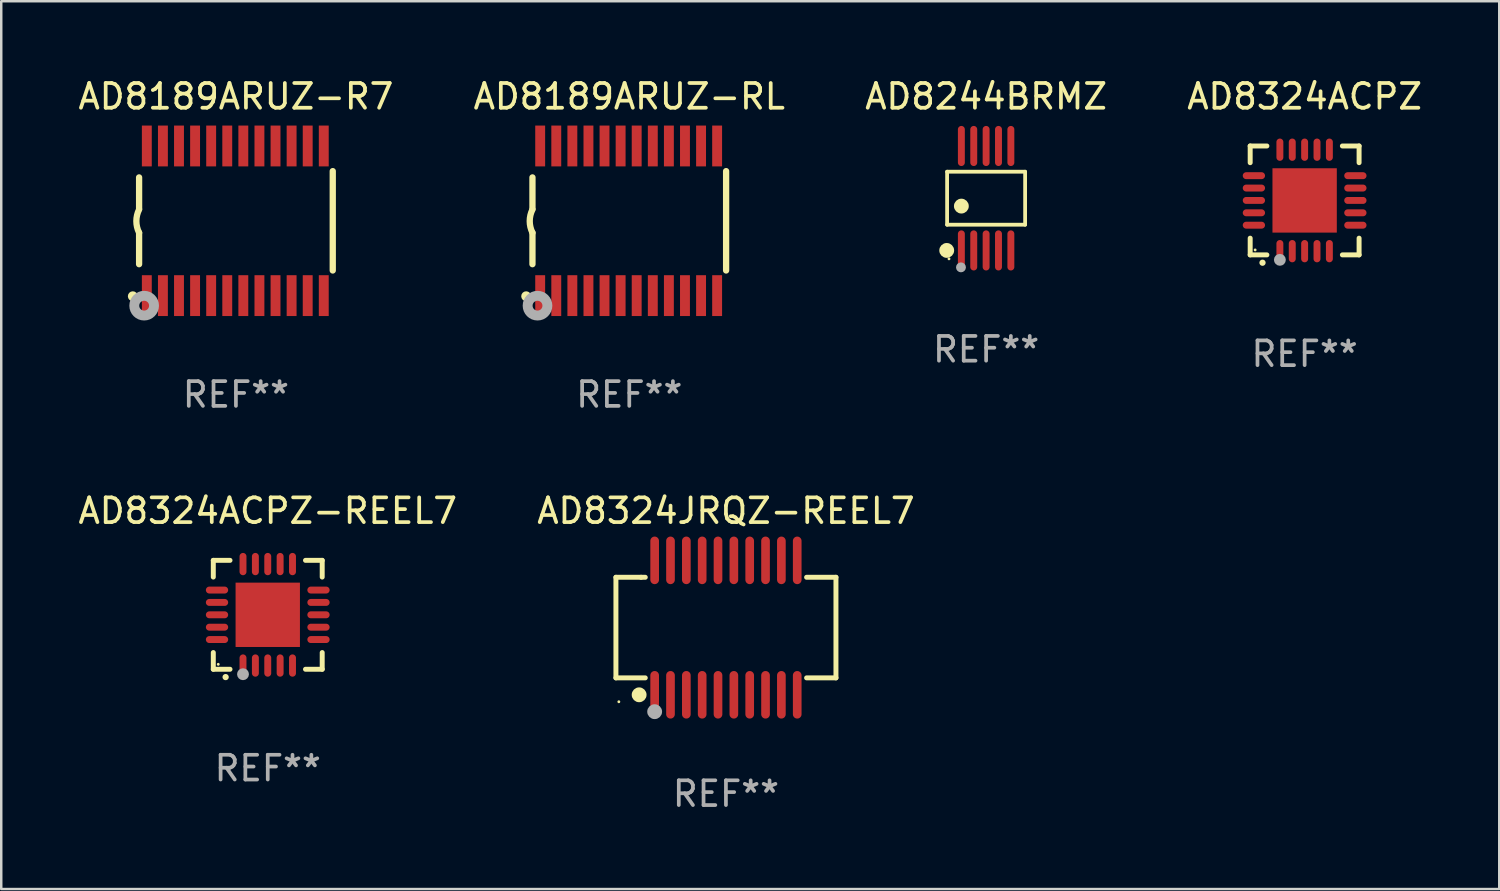
<source format=kicad_pcb>
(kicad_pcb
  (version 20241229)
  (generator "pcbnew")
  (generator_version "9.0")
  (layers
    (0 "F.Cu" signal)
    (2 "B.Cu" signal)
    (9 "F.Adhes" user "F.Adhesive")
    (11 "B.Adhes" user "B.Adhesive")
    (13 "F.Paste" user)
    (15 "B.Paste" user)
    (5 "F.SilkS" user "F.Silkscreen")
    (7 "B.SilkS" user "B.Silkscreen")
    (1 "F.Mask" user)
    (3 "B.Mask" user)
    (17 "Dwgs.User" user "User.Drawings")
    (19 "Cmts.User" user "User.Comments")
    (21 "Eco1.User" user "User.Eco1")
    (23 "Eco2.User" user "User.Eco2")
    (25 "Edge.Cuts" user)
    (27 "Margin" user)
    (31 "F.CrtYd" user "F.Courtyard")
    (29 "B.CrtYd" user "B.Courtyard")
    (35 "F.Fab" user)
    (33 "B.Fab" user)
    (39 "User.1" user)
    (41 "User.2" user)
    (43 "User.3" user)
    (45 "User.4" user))
  (footprint "AD8324ACPZ"
    (layer "F.Cu")
    (at 49.661 5.048)
    (property "Reference" "AD8324ACPZ" (at 0 -4.2 0) (layer "F.SilkS") (effects (font (size 1 1) (thickness 0.15))))
    (attr through_hole)
    (fp_line (start -2.2 -2.2) (end -1.525 -2.2) (stroke (width 0.2) (type solid)) (layer "F.SilkS"))
    (fp_line (start -2.2 -1.525) (end -2.2 -2.2) (stroke (width 0.2) (type solid)) (layer "F.SilkS"))
    (fp_line (start -2.2 2.2) (end -2.2 1.525) (stroke (width 0.2) (type solid)) (layer "F.SilkS"))
    (fp_line (start -1.525 2.2) (end -2.2 2.2) (stroke (width 0.2) (type solid)) (layer "F.SilkS"))
    (fp_line (start 1.525 2.2) (end 2.2 2.2) (stroke (width 0.2) (type solid)) (layer "F.SilkS"))
    (fp_line (start 2.2 -2.2) (end 1.525 -2.2) (stroke (width 0.2) (type solid)) (layer "F.SilkS"))
    (fp_line (start 2.2 -1.525) (end 2.2 -2.2) (stroke (width 0.2) (type solid)) (layer "F.SilkS"))
    (fp_line (start 2.2 2.2) (end 2.2 1.525) (stroke (width 0.2) (type solid)) (layer "F.SilkS"))
    (fp_arc (start -1.703073 2.516612) (mid -1.701803 2.516606) (end -1.700533 2.516612) (stroke (width 0.25) (type solid)) (layer "F.SilkS"))
    (fp_circle (center -2 2) (end -1.97 2) (stroke (width 0.06) (type solid)) (fill no) (layer "F.SilkS"))
    (fp_circle (center -1 2.4) (end -0.88 2.4) (stroke (width 0.24) (type solid)) (fill no) (layer "F.Fab"))
    (fp_text user "REF**" (at 0 6.2 0) (layer "F.Fab") (effects (font (size 1 1) (thickness 0.15))))
    (pad "1" smd oval (at -1 2.05) (size 0.28 0.9) (layers "F.Cu" "F.Mask" "F.Paste"))
    (pad "2" smd oval (at -0.5 2.05) (size 0.28 0.9) (layers "F.Cu" "F.Mask" "F.Paste"))
    (pad "3" smd oval (at 0.000076 2.05) (size 0.28 0.9) (layers "F.Cu" "F.Mask" "F.Paste"))
    (pad "4" smd oval (at 0.5 2.05) (size 0.28 0.9) (layers "F.Cu" "F.Mask" "F.Paste"))
    (pad "5" smd oval (at 1 2.05) (size 0.28 0.9) (layers "F.Cu" "F.Mask" "F.Paste"))
    (pad "6" smd oval (at 2.05 1) (size 0.9 0.28) (layers "F.Cu" "F.Mask" "F.Paste"))
    (pad "7" smd oval (at 2.05 0.5) (size 0.9 0.28) (layers "F.Cu" "F.Mask" "F.Paste"))
    (pad "8" smd oval (at 2.05 0.000076) (size 0.9 0.28) (layers "F.Cu" "F.Mask" "F.Paste"))
    (pad "9" smd oval (at 2.05 -0.5) (size 0.9 0.28) (layers "F.Cu" "F.Mask" "F.Paste"))
    (pad "10" smd oval (at 2.05 -1) (size 0.9 0.28) (layers "F.Cu" "F.Mask" "F.Paste"))
    (pad "11" smd oval (at 1 -2.05) (size 0.28 0.9) (layers "F.Cu" "F.Mask" "F.Paste"))
    (pad "12" smd oval (at 0.5 -2.05) (size 0.28 0.9) (layers "F.Cu" "F.Mask" "F.Paste"))
    (pad "13" smd oval (at 0.000076 -2.05) (size 0.28 0.9) (layers "F.Cu" "F.Mask" "F.Paste"))
    (pad "14" smd oval (at -0.5 -2.05) (size 0.28 0.9) (layers "F.Cu" "F.Mask" "F.Paste"))
    (pad "15" smd oval (at -1 -2.05) (size 0.28 0.9) (layers "F.Cu" "F.Mask" "F.Paste"))
    (pad "16" smd oval (at -2.05 -1) (size 0.9 0.28) (layers "F.Cu" "F.Mask" "F.Paste"))
    (pad "17" smd oval (at -2.05 -0.5) (size 0.9 0.28) (layers "F.Cu" "F.Mask" "F.Paste"))
    (pad "18" smd oval (at -2.05 0.000076) (size 0.9 0.28) (layers "F.Cu" "F.Mask" "F.Paste"))
    (pad "19" smd oval (at -2.05 0.5) (size 0.9 0.28) (layers "F.Cu" "F.Mask" "F.Paste"))
    (pad "20" smd oval (at -2.05 1) (size 0.9 0.28) (layers "F.Cu" "F.Mask" "F.Paste"))
    (pad "21" smd rect (at 0.000076 0.000076) (size 2.6 2.6) (layers "F.Cu" "F.Mask" "F.Paste")))
  (footprint "AD8324ACPZ-REEL7"
    (layer "F.Cu")
    (at 7.768 21.79)
    (property "Reference" "AD8324ACPZ-REEL7" (at 0 -4.2 0) (layer "F.SilkS") (effects (font (size 1 1) (thickness 0.15))))
    (attr through_hole)
    (fp_line (start -2.2 -2.2) (end -1.525 -2.2) (stroke (width 0.2) (type solid)) (layer "F.SilkS"))
    (fp_line (start -2.2 -1.525) (end -2.2 -2.2) (stroke (width 0.2) (type solid)) (layer "F.SilkS"))
    (fp_line (start -2.2 2.2) (end -2.2 1.525) (stroke (width 0.2) (type solid)) (layer "F.SilkS"))
    (fp_line (start -1.525 2.2) (end -2.2 2.2) (stroke (width 0.2) (type solid)) (layer "F.SilkS"))
    (fp_line (start 1.525 2.2) (end 2.2 2.2) (stroke (width 0.2) (type solid)) (layer "F.SilkS"))
    (fp_line (start 2.2 -2.2) (end 1.525 -2.2) (stroke (width 0.2) (type solid)) (layer "F.SilkS"))
    (fp_line (start 2.2 -1.525) (end 2.2 -2.2) (stroke (width 0.2) (type solid)) (layer "F.SilkS"))
    (fp_line (start 2.2 2.2) (end 2.2 1.525) (stroke (width 0.2) (type solid)) (layer "F.SilkS"))
    (fp_arc (start -1.703073 2.516612) (mid -1.701803 2.516606) (end -1.700533 2.516612) (stroke (width 0.25) (type solid)) (layer "F.SilkS"))
    (fp_circle (center -2 2) (end -1.97 2) (stroke (width 0.06) (type solid)) (fill no) (layer "F.SilkS"))
    (fp_circle (center -1 2.4) (end -0.88 2.4) (stroke (width 0.24) (type solid)) (fill no) (layer "F.Fab"))
    (fp_text user "REF**" (at 0 6.2 0) (layer "F.Fab") (effects (font (size 1 1) (thickness 0.15))))
    (pad "1" smd oval (at -1 2.05) (size 0.28 0.9) (layers "F.Cu" "F.Mask" "F.Paste"))
    (pad "2" smd oval (at -0.5 2.05) (size 0.28 0.9) (layers "F.Cu" "F.Mask" "F.Paste"))
    (pad "3" smd oval (at 0.000076 2.05) (size 0.28 0.9) (layers "F.Cu" "F.Mask" "F.Paste"))
    (pad "4" smd oval (at 0.5 2.05) (size 0.28 0.9) (layers "F.Cu" "F.Mask" "F.Paste"))
    (pad "5" smd oval (at 1 2.05) (size 0.28 0.9) (layers "F.Cu" "F.Mask" "F.Paste"))
    (pad "6" smd oval (at 2.05 1) (size 0.9 0.28) (layers "F.Cu" "F.Mask" "F.Paste"))
    (pad "7" smd oval (at 2.05 0.5) (size 0.9 0.28) (layers "F.Cu" "F.Mask" "F.Paste"))
    (pad "8" smd oval (at 2.05 0.000076) (size 0.9 0.28) (layers "F.Cu" "F.Mask" "F.Paste"))
    (pad "9" smd oval (at 2.05 -0.5) (size 0.9 0.28) (layers "F.Cu" "F.Mask" "F.Paste"))
    (pad "10" smd oval (at 2.05 -1) (size 0.9 0.28) (layers "F.Cu" "F.Mask" "F.Paste"))
    (pad "11" smd oval (at 1 -2.05) (size 0.28 0.9) (layers "F.Cu" "F.Mask" "F.Paste"))
    (pad "12" smd oval (at 0.5 -2.05) (size 0.28 0.9) (layers "F.Cu" "F.Mask" "F.Paste"))
    (pad "13" smd oval (at 0.000076 -2.05) (size 0.28 0.9) (layers "F.Cu" "F.Mask" "F.Paste"))
    (pad "14" smd oval (at -0.5 -2.05) (size 0.28 0.9) (layers "F.Cu" "F.Mask" "F.Paste"))
    (pad "15" smd oval (at -1 -2.05) (size 0.28 0.9) (layers "F.Cu" "F.Mask" "F.Paste"))
    (pad "16" smd oval (at -2.05 -1) (size 0.9 0.28) (layers "F.Cu" "F.Mask" "F.Paste"))
    (pad "17" smd oval (at -2.05 -0.5) (size 0.9 0.28) (layers "F.Cu" "F.Mask" "F.Paste"))
    (pad "18" smd oval (at -2.05 0.000076) (size 0.9 0.28) (layers "F.Cu" "F.Mask" "F.Paste"))
    (pad "19" smd oval (at -2.05 0.5) (size 0.9 0.28) (layers "F.Cu" "F.Mask" "F.Paste"))
    (pad "20" smd oval (at -2.05 1) (size 0.9 0.28) (layers "F.Cu" "F.Mask" "F.Paste"))
    (pad "21" smd rect (at 0.000076 0.000076) (size 2.6 2.6) (layers "F.Cu" "F.Mask" "F.Paste")))
  (footprint "AD8244BRMZ"
    (layer "F.Cu")
    (at 36.792 4.958)
    (property "Reference" "AD8244BRMZ" (at 0 -4.11 0) (layer "F.SilkS") (effects (font (size 1 1) (thickness 0.15))))
    (attr through_hole)
    (fp_line (start -1.576 -1.071) (end 1.576 -1.071) (stroke (width 0.152) (type solid)) (layer "F.SilkS"))
    (fp_line (start -1.576 1.071) (end -1.576 -1.071) (stroke (width 0.152) (type solid)) (layer "F.SilkS"))
    (fp_line (start 1.576 -1.071) (end 1.576 1.071) (stroke (width 0.152) (type solid)) (layer "F.SilkS"))
    (fp_line (start 1.576 1.071) (end -1.576 1.071) (stroke (width 0.152) (type solid)) (layer "F.SilkS"))
    (fp_circle (center -1.592 2.11) (end -1.442 2.11) (stroke (width 0.3) (type solid)) (fill no) (layer "F.SilkS"))
    (fp_circle (center -1.5 2.45) (end -1.47 2.45) (stroke (width 0.06) (type solid)) (fill no) (layer "F.SilkS"))
    (fp_circle (center -1 0.319) (end -0.85 0.319) (stroke (width 0.3) (type solid)) (fill no) (layer "F.SilkS"))
    (fp_circle (center -1.016 2.794) (end -0.916 2.794) (stroke (width 0.2) (type solid)) (fill no) (layer "F.Fab"))
    (fp_text user "REF**" (at 0 6.11 0) (layer "F.Fab") (effects (font (size 1 1) (thickness 0.15))))
    (pad "1" smd oval (at -1 2.11) (size 0.28 1.62) (layers "F.Cu" "F.Mask" "F.Paste"))
    (pad "2" smd oval (at -0.5 2.11) (size 0.28 1.62) (layers "F.Cu" "F.Mask" "F.Paste"))
    (pad "3" smd oval (at 0 2.11) (size 0.28 1.62) (layers "F.Cu" "F.Mask" "F.Paste"))
    (pad "4" smd oval (at 0.5 2.11) (size 0.28 1.62) (layers "F.Cu" "F.Mask" "F.Paste"))
    (pad "5" smd oval (at 1 2.11) (size 0.28 1.62) (layers "F.Cu" "F.Mask" "F.Paste"))
    (pad "6" smd oval (at 1 -2.11) (size 0.28 1.62) (layers "F.Cu" "F.Mask" "F.Paste"))
    (pad "7" smd oval (at 0.5 -2.11) (size 0.28 1.62) (layers "F.Cu" "F.Mask" "F.Paste"))
    (pad "8" smd oval (at 0 -2.11) (size 0.28 1.62) (layers "F.Cu" "F.Mask" "F.Paste"))
    (pad "9" smd oval (at -0.5 -2.11) (size 0.28 1.62) (layers "F.Cu" "F.Mask" "F.Paste"))
    (pad "10" smd oval (at -1 -2.11) (size 0.28 1.62) (layers "F.Cu" "F.Mask" "F.Paste")))
  (footprint "AD8324JRQZ-REEL7"
    (layer "F.Cu")
    (at 26.28 22.306)
    (property "Reference" "AD8324JRQZ-REEL7" (at 0 -4.716 0) (layer "F.SilkS") (effects (font (size 1 1) (thickness 0.15))))
    (attr through_hole)
    (fp_line (start -4.445 -2.032) (end -4.445 2.032) (stroke (width 0.2) (type solid)) (layer "F.SilkS"))
    (fp_line (start -4.445 2.032) (end -3.259 2.032) (stroke (width 0.2) (type solid)) (layer "F.SilkS"))
    (fp_line (start -3.429 -2.032) (end -4.445 -2.032) (stroke (width 0.2) (type solid)) (layer "F.SilkS"))
    (fp_line (start -3.259 -2.032) (end -3.429 -2.032) (stroke (width 0.2) (type solid)) (layer "F.SilkS"))
    (fp_line (start 3.259 2.032) (end 4.445 2.032) (stroke (width 0.2) (type solid)) (layer "F.SilkS"))
    (fp_line (start 4.445 -2.032) (end 3.259 -2.032) (stroke (width 0.2) (type solid)) (layer "F.SilkS"))
    (fp_line (start 4.445 2.032) (end 4.445 -2.032) (stroke (width 0.2) (type solid)) (layer "F.SilkS"))
    (fp_circle (center -4.327 2.997) (end -4.297 2.997) (stroke (width 0.06) (type solid)) (fill no) (layer "F.SilkS"))
    (fp_circle (center -3.507 2.716) (end -3.357 2.716) (stroke (width 0.3) (type solid)) (fill no) (layer "F.SilkS"))
    (fp_circle (center -2.88 3.398) (end -2.73 3.398) (stroke (width 0.3) (type solid)) (fill no) (layer "F.Fab"))
    (fp_text user "REF**" (at 0 6.716 0) (layer "F.Fab") (effects (font (size 1 1) (thickness 0.15))))
    (pad "1" smd oval (at -2.88 2.716) (size 0.35 1.922) (layers "F.Cu" "F.Mask" "F.Paste"))
    (pad "2" smd oval (at -2.24 2.716) (size 0.35 1.922) (layers "F.Cu" "F.Mask" "F.Paste"))
    (pad "3" smd oval (at -1.6 2.716) (size 0.35 1.922) (layers "F.Cu" "F.Mask" "F.Paste"))
    (pad "4" smd oval (at -0.96 2.716) (size 0.35 1.922) (layers "F.Cu" "F.Mask" "F.Paste"))
    (pad "5" smd oval (at -0.32 2.716) (size 0.35 1.922) (layers "F.Cu" "F.Mask" "F.Paste"))
    (pad "6" smd oval (at 0.32 2.716) (size 0.35 1.922) (layers "F.Cu" "F.Mask" "F.Paste"))
    (pad "7" smd oval (at 0.96 2.716) (size 0.35 1.922) (layers "F.Cu" "F.Mask" "F.Paste"))
    (pad "8" smd oval (at 1.6 2.716) (size 0.35 1.922) (layers "F.Cu" "F.Mask" "F.Paste"))
    (pad "9" smd oval (at 2.24 2.716) (size 0.35 1.922) (layers "F.Cu" "F.Mask" "F.Paste"))
    (pad "10" smd oval (at 2.88 2.716) (size 0.35 1.922) (layers "F.Cu" "F.Mask" "F.Paste"))
    (pad "11" smd oval (at 2.88 -2.716) (size 0.35 1.922) (layers "F.Cu" "F.Mask" "F.Paste"))
    (pad "12" smd oval (at 2.24 -2.716) (size 0.35 1.922) (layers "F.Cu" "F.Mask" "F.Paste"))
    (pad "13" smd oval (at 1.6 -2.716) (size 0.35 1.922) (layers "F.Cu" "F.Mask" "F.Paste"))
    (pad "14" smd oval (at 0.96 -2.716) (size 0.35 1.922) (layers "F.Cu" "F.Mask" "F.Paste"))
    (pad "15" smd oval (at 0.32 -2.716) (size 0.35 1.922) (layers "F.Cu" "F.Mask" "F.Paste"))
    (pad "16" smd oval (at -0.32 -2.716) (size 0.35 1.922) (layers "F.Cu" "F.Mask" "F.Paste"))
    (pad "17" smd oval (at -0.96 -2.716) (size 0.35 1.922) (layers "F.Cu" "F.Mask" "F.Paste"))
    (pad "18" smd oval (at -1.6 -2.716) (size 0.35 1.922) (layers "F.Cu" "F.Mask" "F.Paste"))
    (pad "19" smd oval (at -2.24 -2.716) (size 0.35 1.922) (layers "F.Cu" "F.Mask" "F.Paste"))
    (pad "20" smd oval (at -2.88 -2.716) (size 0.35 1.922) (layers "F.Cu" "F.Mask" "F.Paste")))
  (footprint "AD8189ARUZ-RL"
    (layer "F.Cu")
    (at 22.375 5.871)
    (property "Reference" "AD8189ARUZ-RL" (at 0 -5.023 0) (layer "F.SilkS") (effects (font (size 1 1) (thickness 0.15))))
    (attr through_hole)
    (fp_line (start -3.912 -0.483) (end -3.912 -1.753) (stroke (width 0.254) (type solid)) (layer "F.SilkS"))
    (fp_line (start -3.912 1.753) (end -3.912 0.483) (stroke (width 0.254) (type solid)) (layer "F.SilkS"))
    (fp_line (start 3.912 -2.007) (end 3.912 2.007) (stroke (width 0.254) (type solid)) (layer "F.SilkS"))
    (fp_arc (start -3.911608 0.482601) (mid -4.022537 0.0127) (end -3.911608 -0.457201) (stroke (width 0.254001) (type solid)) (layer "F.SilkS"))
    (fp_circle (center -4.166 3.048) (end -4.066 3.048) (stroke (width 0.2) (type solid)) (fill no) (layer "F.SilkS"))
    (fp_circle (center -3.925 3.186) (end -3.895 3.186) (stroke (width 0.06) (type solid)) (fill no) (layer "F.SilkS"))
    (fp_circle (center -3.708 3.429) (end -3.509 3.429) (stroke (width 0.4) (type solid)) (fill no) (layer "F.Fab"))
    (fp_text user "REF**" (at 0 7.023 0) (layer "F.Fab") (effects (font (size 1 1) (thickness 0.15))))
    (pad "1" smd rect (at -3.6 3.023) (size 0.4 1.65) (layers "F.Cu" "F.Mask" "F.Paste"))
    (pad "2" smd rect (at -2.95 3.023) (size 0.4 1.65) (layers "F.Cu" "F.Mask" "F.Paste"))
    (pad "3" smd rect (at -2.3 3.023) (size 0.4 1.65) (layers "F.Cu" "F.Mask" "F.Paste"))
    (pad "4" smd rect (at -1.65 3.023) (size 0.4 1.65) (layers "F.Cu" "F.Mask" "F.Paste"))
    (pad "5" smd rect (at -1 3.023) (size 0.4 1.65) (layers "F.Cu" "F.Mask" "F.Paste"))
    (pad "6" smd rect (at -0.35 3.023) (size 0.4 1.65) (layers "F.Cu" "F.Mask" "F.Paste"))
    (pad "7" smd rect (at 0.299 3.023) (size 0.4 1.65) (layers "F.Cu" "F.Mask" "F.Paste"))
    (pad "8" smd rect (at 0.95 3.023) (size 0.4 1.65) (layers "F.Cu" "F.Mask" "F.Paste"))
    (pad "9" smd rect (at 1.6 3.023) (size 0.4 1.65) (layers "F.Cu" "F.Mask" "F.Paste"))
    (pad "10" smd rect (at 2.25 3.023) (size 0.4 1.65) (layers "F.Cu" "F.Mask" "F.Paste"))
    (pad "11" smd rect (at 2.9 3.023) (size 0.4 1.65) (layers "F.Cu" "F.Mask" "F.Paste"))
    (pad "12" smd rect (at 3.549 3.023) (size 0.4 1.65) (layers "F.Cu" "F.Mask" "F.Paste"))
    (pad "13" smd rect (at 3.549 -3.023) (size 0.4 1.65) (layers "F.Cu" "F.Mask" "F.Paste"))
    (pad "14" smd rect (at 2.9 -3.023) (size 0.4 1.65) (layers "F.Cu" "F.Mask" "F.Paste"))
    (pad "15" smd rect (at 2.25 -3.023) (size 0.4 1.65) (layers "F.Cu" "F.Mask" "F.Paste"))
    (pad "16" smd rect (at 1.6 -3.023) (size 0.4 1.65) (layers "F.Cu" "F.Mask" "F.Paste"))
    (pad "17" smd rect (at 0.95 -3.023) (size 0.4 1.65) (layers "F.Cu" "F.Mask" "F.Paste"))
    (pad "18" smd rect (at 0.299 -3.023) (size 0.4 1.65) (layers "F.Cu" "F.Mask" "F.Paste"))
    (pad "19" smd rect (at -0.35 -3.023) (size 0.4 1.65) (layers "F.Cu" "F.Mask" "F.Paste"))
    (pad "20" smd rect (at -1 -3.023) (size 0.4 1.65) (layers "F.Cu" "F.Mask" "F.Paste"))
    (pad "21" smd rect (at -1.65 -3.023) (size 0.4 1.65) (layers "F.Cu" "F.Mask" "F.Paste"))
    (pad "22" smd rect (at -2.3 -3.023) (size 0.4 1.65) (layers "F.Cu" "F.Mask" "F.Paste"))
    (pad "23" smd rect (at -2.95 -3.023) (size 0.4 1.65) (layers "F.Cu" "F.Mask" "F.Paste"))
    (pad "24" smd rect (at -3.6 -3.023) (size 0.4 1.65) (layers "F.Cu" "F.Mask" "F.Paste")))
  (footprint "AD8189ARUZ-R7"
    (layer "F.Cu")
    (at 6.482 5.871)
    (property "Reference" "AD8189ARUZ-R7" (at 0 -5.023 0) (layer "F.SilkS") (effects (font (size 1 1) (thickness 0.15))))
    (attr through_hole)
    (fp_line (start -3.912 -0.483) (end -3.912 -1.753) (stroke (width 0.254) (type solid)) (layer "F.SilkS"))
    (fp_line (start -3.912 1.753) (end -3.912 0.483) (stroke (width 0.254) (type solid)) (layer "F.SilkS"))
    (fp_line (start 3.912 -2.007) (end 3.912 2.007) (stroke (width 0.254) (type solid)) (layer "F.SilkS"))
    (fp_arc (start -3.911608 0.482601) (mid -4.022537 0.0127) (end -3.911608 -0.457201) (stroke (width 0.254001) (type solid)) (layer "F.SilkS"))
    (fp_circle (center -4.166 3.048) (end -4.066 3.048) (stroke (width 0.2) (type solid)) (fill no) (layer "F.SilkS"))
    (fp_circle (center -3.925 3.186) (end -3.895 3.186) (stroke (width 0.06) (type solid)) (fill no) (layer "F.SilkS"))
    (fp_circle (center -3.708 3.429) (end -3.509 3.429) (stroke (width 0.4) (type solid)) (fill no) (layer "F.Fab"))
    (fp_text user "REF**" (at 0 7.023 0) (layer "F.Fab") (effects (font (size 1 1) (thickness 0.15))))
    (pad "1" smd rect (at -3.6 3.023) (size 0.4 1.65) (layers "F.Cu" "F.Mask" "F.Paste"))
    (pad "2" smd rect (at -2.95 3.023) (size 0.4 1.65) (layers "F.Cu" "F.Mask" "F.Paste"))
    (pad "3" smd rect (at -2.3 3.023) (size 0.4 1.65) (layers "F.Cu" "F.Mask" "F.Paste"))
    (pad "4" smd rect (at -1.65 3.023) (size 0.4 1.65) (layers "F.Cu" "F.Mask" "F.Paste"))
    (pad "5" smd rect (at -1 3.023) (size 0.4 1.65) (layers "F.Cu" "F.Mask" "F.Paste"))
    (pad "6" smd rect (at -0.35 3.023) (size 0.4 1.65) (layers "F.Cu" "F.Mask" "F.Paste"))
    (pad "7" smd rect (at 0.299 3.023) (size 0.4 1.65) (layers "F.Cu" "F.Mask" "F.Paste"))
    (pad "8" smd rect (at 0.95 3.023) (size 0.4 1.65) (layers "F.Cu" "F.Mask" "F.Paste"))
    (pad "9" smd rect (at 1.6 3.023) (size 0.4 1.65) (layers "F.Cu" "F.Mask" "F.Paste"))
    (pad "10" smd rect (at 2.25 3.023) (size 0.4 1.65) (layers "F.Cu" "F.Mask" "F.Paste"))
    (pad "11" smd rect (at 2.9 3.023) (size 0.4 1.65) (layers "F.Cu" "F.Mask" "F.Paste"))
    (pad "12" smd rect (at 3.549 3.023) (size 0.4 1.65) (layers "F.Cu" "F.Mask" "F.Paste"))
    (pad "13" smd rect (at 3.549 -3.023) (size 0.4 1.65) (layers "F.Cu" "F.Mask" "F.Paste"))
    (pad "14" smd rect (at 2.9 -3.023) (size 0.4 1.65) (layers "F.Cu" "F.Mask" "F.Paste"))
    (pad "15" smd rect (at 2.25 -3.023) (size 0.4 1.65) (layers "F.Cu" "F.Mask" "F.Paste"))
    (pad "16" smd rect (at 1.6 -3.023) (size 0.4 1.65) (layers "F.Cu" "F.Mask" "F.Paste"))
    (pad "17" smd rect (at 0.95 -3.023) (size 0.4 1.65) (layers "F.Cu" "F.Mask" "F.Paste"))
    (pad "18" smd rect (at 0.299 -3.023) (size 0.4 1.65) (layers "F.Cu" "F.Mask" "F.Paste"))
    (pad "19" smd rect (at -0.35 -3.023) (size 0.4 1.65) (layers "F.Cu" "F.Mask" "F.Paste"))
    (pad "20" smd rect (at -1 -3.023) (size 0.4 1.65) (layers "F.Cu" "F.Mask" "F.Paste"))
    (pad "21" smd rect (at -1.65 -3.023) (size 0.4 1.65) (layers "F.Cu" "F.Mask" "F.Paste"))
    (pad "22" smd rect (at -2.3 -3.023) (size 0.4 1.65) (layers "F.Cu" "F.Mask" "F.Paste"))
    (pad "23" smd rect (at -2.95 -3.023) (size 0.4 1.65) (layers "F.Cu" "F.Mask" "F.Paste"))
    (pad "24" smd rect (at -3.6 -3.023) (size 0.4 1.65) (layers "F.Cu" "F.Mask" "F.Paste")))
  (gr_rect
    (start -3 -3)
    (end 57.524 32.87)
    (stroke (width 0.1) (type default))
    (fill no)
    (layer "Edge.Cuts")))
</source>
